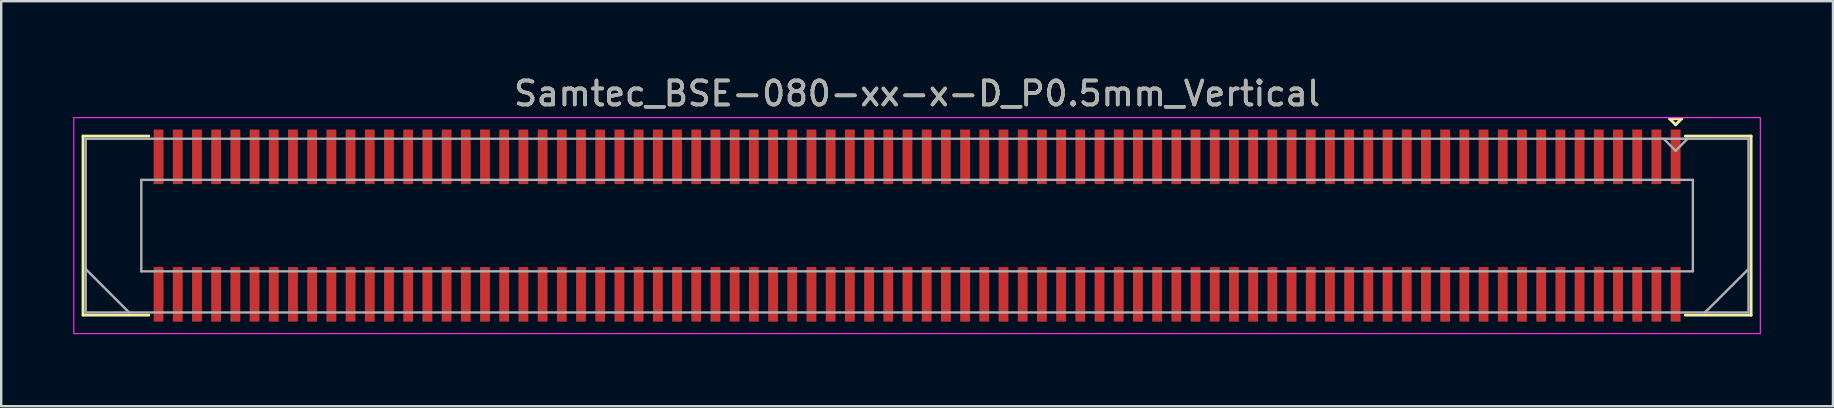
<source format=kicad_pcb>
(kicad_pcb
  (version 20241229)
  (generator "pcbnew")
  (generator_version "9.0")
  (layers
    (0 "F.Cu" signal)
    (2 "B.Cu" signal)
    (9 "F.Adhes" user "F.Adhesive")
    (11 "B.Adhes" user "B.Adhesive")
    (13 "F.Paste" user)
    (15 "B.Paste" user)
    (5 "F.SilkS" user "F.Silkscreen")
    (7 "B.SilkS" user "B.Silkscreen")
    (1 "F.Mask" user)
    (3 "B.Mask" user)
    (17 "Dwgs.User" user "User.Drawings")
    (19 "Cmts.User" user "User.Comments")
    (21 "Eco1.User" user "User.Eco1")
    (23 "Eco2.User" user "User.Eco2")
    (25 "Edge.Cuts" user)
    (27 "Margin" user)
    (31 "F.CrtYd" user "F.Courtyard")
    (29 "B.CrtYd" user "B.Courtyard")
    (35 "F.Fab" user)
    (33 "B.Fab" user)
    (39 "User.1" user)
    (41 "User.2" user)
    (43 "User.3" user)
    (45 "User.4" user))
  (footprint "Samtec_BSE-080-xx-x-D_P0.5mm_Vertical"
    (layer "F.Cu")
    (at 35.155 6.348)
    (property "Reference" "Samtec_BSE-080-xx-x-D_P0.5mm_Vertical" (at 0 -5.5 0) (layer "F.SilkS") (effects (font (size 1 1) (thickness 0.15))))
    (attr smd)
    (fp_line (start -34.745 -3.729) (end -32.005 -3.729) (stroke (width 0.12) (type solid)) (layer "F.SilkS"))
    (fp_line (start -34.745 3.729) (end -34.745 -3.729) (stroke (width 0.12) (type solid)) (layer "F.SilkS"))
    (fp_line (start -32.005 3.729) (end -34.745 3.729) (stroke (width 0.12) (type solid)) (layer "F.SilkS"))
    (fp_line (start 31.35 -4.452) (end 31.85 -4.452) (stroke (width 0.12) (type solid)) (layer "F.SilkS"))
    (fp_line (start 31.6 -4.202) (end 31.35 -4.452) (stroke (width 0.12) (type solid)) (layer "F.SilkS"))
    (fp_line (start 31.85 -4.452) (end 31.6 -4.202) (stroke (width 0.12) (type solid)) (layer "F.SilkS"))
    (fp_line (start 32.005 3.729) (end 34.745 3.729) (stroke (width 0.12) (type solid)) (layer "F.SilkS"))
    (fp_line (start 34.745 -3.729) (end 32.005 -3.729) (stroke (width 0.12) (type solid)) (layer "F.SilkS"))
    (fp_line (start 34.745 3.729) (end 34.745 -3.729) (stroke (width 0.12) (type solid)) (layer "F.SilkS"))
    (fp_line (start -35.13 -4.5) (end -35.13 4.5) (stroke (width 0.05) (type solid)) (layer "F.CrtYd"))
    (fp_line (start -35.13 4.5) (end 35.13 4.5) (stroke (width 0.05) (type solid)) (layer "F.CrtYd"))
    (fp_line (start 35.13 -4.5) (end -35.13 -4.5) (stroke (width 0.05) (type solid)) (layer "F.CrtYd"))
    (fp_line (start 35.13 4.5) (end 35.13 -4.5) (stroke (width 0.05) (type solid)) (layer "F.CrtYd"))
    (fp_line (start -34.635 -3.619) (end -34.635 3.619) (stroke (width 0.1) (type solid)) (layer "F.Fab"))
    (fp_line (start -34.635 1.81) (end -32.825 3.619) (stroke (width 0.1) (type solid)) (layer "F.Fab"))
    (fp_line (start -34.635 3.619) (end 34.635 3.619) (stroke (width 0.1) (type solid)) (layer "F.Fab"))
    (fp_line (start -32.318 -1.905) (end -32.318 1.905) (stroke (width 0.1) (type solid)) (layer "F.Fab"))
    (fp_line (start -32.318 1.905) (end 32.318 1.905) (stroke (width 0.1) (type solid)) (layer "F.Fab"))
    (fp_line (start 31.6 -3.119) (end 31.1 -3.619) (stroke (width 0.1) (type solid)) (layer "F.Fab"))
    (fp_line (start 32.1 -3.619) (end 31.6 -3.119) (stroke (width 0.1) (type solid)) (layer "F.Fab"))
    (fp_line (start 32.318 -1.905) (end -32.318 -1.905) (stroke (width 0.1) (type solid)) (layer "F.Fab"))
    (fp_line (start 32.318 1.905) (end 32.318 -1.905) (stroke (width 0.1) (type solid)) (layer "F.Fab"))
    (fp_line (start 34.635 -3.619) (end -34.635 -3.619) (stroke (width 0.1) (type solid)) (layer "F.Fab"))
    (fp_line (start 34.635 1.81) (end 32.825 3.619) (stroke (width 0.1) (type solid)) (layer "F.Fab"))
    (fp_line (start 34.635 3.619) (end 34.635 -3.619) (stroke (width 0.1) (type solid)) (layer "F.Fab"))
    (fp_text user "${REFERENCE}" (at 0 -5.5 0) (layer "F.Fab") (effects (font (size 1 1) (thickness 0.15))))
    (pad "1" smd rect (at 31.6 -2.865) (size 0.41 2.273) (layers "F.Cu" "F.Mask" "F.Paste"))
    (pad "2" smd rect (at 31.6 2.865) (size 0.41 2.273) (layers "F.Cu" "F.Mask" "F.Paste"))
    (pad "3" smd rect (at 30.8 -2.865) (size 0.41 2.273) (layers "F.Cu" "F.Mask" "F.Paste"))
    (pad "4" smd rect (at 30.8 2.865) (size 0.41 2.273) (layers "F.Cu" "F.Mask" "F.Paste"))
    (pad "5" smd rect (at 30 -2.865) (size 0.41 2.273) (layers "F.Cu" "F.Mask" "F.Paste"))
    (pad "6" smd rect (at 30 2.865) (size 0.41 2.273) (layers "F.Cu" "F.Mask" "F.Paste"))
    (pad "7" smd rect (at 29.2 -2.865) (size 0.41 2.273) (layers "F.Cu" "F.Mask" "F.Paste"))
    (pad "8" smd rect (at 29.2 2.865) (size 0.41 2.273) (layers "F.Cu" "F.Mask" "F.Paste"))
    (pad "9" smd rect (at 28.4 -2.865) (size 0.41 2.273) (layers "F.Cu" "F.Mask" "F.Paste"))
    (pad "10" smd rect (at 28.4 2.865) (size 0.41 2.273) (layers "F.Cu" "F.Mask" "F.Paste"))
    (pad "11" smd rect (at 27.6 -2.865) (size 0.41 2.273) (layers "F.Cu" "F.Mask" "F.Paste"))
    (pad "12" smd rect (at 27.6 2.865) (size 0.41 2.273) (layers "F.Cu" "F.Mask" "F.Paste"))
    (pad "13" smd rect (at 26.8 -2.865) (size 0.41 2.273) (layers "F.Cu" "F.Mask" "F.Paste"))
    (pad "14" smd rect (at 26.8 2.865) (size 0.41 2.273) (layers "F.Cu" "F.Mask" "F.Paste"))
    (pad "15" smd rect (at 26 -2.865) (size 0.41 2.273) (layers "F.Cu" "F.Mask" "F.Paste"))
    (pad "16" smd rect (at 26 2.865) (size 0.41 2.273) (layers "F.Cu" "F.Mask" "F.Paste"))
    (pad "17" smd rect (at 25.2 -2.865) (size 0.41 2.273) (layers "F.Cu" "F.Mask" "F.Paste"))
    (pad "18" smd rect (at 25.2 2.865) (size 0.41 2.273) (layers "F.Cu" "F.Mask" "F.Paste"))
    (pad "19" smd rect (at 24.4 -2.865) (size 0.41 2.273) (layers "F.Cu" "F.Mask" "F.Paste"))
    (pad "20" smd rect (at 24.4 2.865) (size 0.41 2.273) (layers "F.Cu" "F.Mask" "F.Paste"))
    (pad "21" smd rect (at 23.6 -2.865) (size 0.41 2.273) (layers "F.Cu" "F.Mask" "F.Paste"))
    (pad "22" smd rect (at 23.6 2.865) (size 0.41 2.273) (layers "F.Cu" "F.Mask" "F.Paste"))
    (pad "23" smd rect (at 22.8 -2.865) (size 0.41 2.273) (layers "F.Cu" "F.Mask" "F.Paste"))
    (pad "24" smd rect (at 22.8 2.865) (size 0.41 2.273) (layers "F.Cu" "F.Mask" "F.Paste"))
    (pad "25" smd rect (at 22 -2.865) (size 0.41 2.273) (layers "F.Cu" "F.Mask" "F.Paste"))
    (pad "26" smd rect (at 22 2.865) (size 0.41 2.273) (layers "F.Cu" "F.Mask" "F.Paste"))
    (pad "27" smd rect (at 21.2 -2.865) (size 0.41 2.273) (layers "F.Cu" "F.Mask" "F.Paste"))
    (pad "28" smd rect (at 21.2 2.865) (size 0.41 2.273) (layers "F.Cu" "F.Mask" "F.Paste"))
    (pad "29" smd rect (at 20.4 -2.865) (size 0.41 2.273) (layers "F.Cu" "F.Mask" "F.Paste"))
    (pad "30" smd rect (at 20.4 2.865) (size 0.41 2.273) (layers "F.Cu" "F.Mask" "F.Paste"))
    (pad "31" smd rect (at 19.6 -2.865) (size 0.41 2.273) (layers "F.Cu" "F.Mask" "F.Paste"))
    (pad "32" smd rect (at 19.6 2.865) (size 0.41 2.273) (layers "F.Cu" "F.Mask" "F.Paste"))
    (pad "33" smd rect (at 18.8 -2.865) (size 0.41 2.273) (layers "F.Cu" "F.Mask" "F.Paste"))
    (pad "34" smd rect (at 18.8 2.865) (size 0.41 2.273) (layers "F.Cu" "F.Mask" "F.Paste"))
    (pad "35" smd rect (at 18 -2.865) (size 0.41 2.273) (layers "F.Cu" "F.Mask" "F.Paste"))
    (pad "36" smd rect (at 18 2.865) (size 0.41 2.273) (layers "F.Cu" "F.Mask" "F.Paste"))
    (pad "37" smd rect (at 17.2 -2.865) (size 0.41 2.273) (layers "F.Cu" "F.Mask" "F.Paste"))
    (pad "38" smd rect (at 17.2 2.865) (size 0.41 2.273) (layers "F.Cu" "F.Mask" "F.Paste"))
    (pad "39" smd rect (at 16.4 -2.865) (size 0.41 2.273) (layers "F.Cu" "F.Mask" "F.Paste"))
    (pad "40" smd rect (at 16.4 2.865) (size 0.41 2.273) (layers "F.Cu" "F.Mask" "F.Paste"))
    (pad "41" smd rect (at 15.6 -2.865) (size 0.41 2.273) (layers "F.Cu" "F.Mask" "F.Paste"))
    (pad "42" smd rect (at 15.6 2.865) (size 0.41 2.273) (layers "F.Cu" "F.Mask" "F.Paste"))
    (pad "43" smd rect (at 14.8 -2.865) (size 0.41 2.273) (layers "F.Cu" "F.Mask" "F.Paste"))
    (pad "44" smd rect (at 14.8 2.865) (size 0.41 2.273) (layers "F.Cu" "F.Mask" "F.Paste"))
    (pad "45" smd rect (at 14 -2.865) (size 0.41 2.273) (layers "F.Cu" "F.Mask" "F.Paste"))
    (pad "46" smd rect (at 14 2.865) (size 0.41 2.273) (layers "F.Cu" "F.Mask" "F.Paste"))
    (pad "47" smd rect (at 13.2 -2.865) (size 0.41 2.273) (layers "F.Cu" "F.Mask" "F.Paste"))
    (pad "48" smd rect (at 13.2 2.865) (size 0.41 2.273) (layers "F.Cu" "F.Mask" "F.Paste"))
    (pad "49" smd rect (at 12.4 -2.865) (size 0.41 2.273) (layers "F.Cu" "F.Mask" "F.Paste"))
    (pad "50" smd rect (at 12.4 2.865) (size 0.41 2.273) (layers "F.Cu" "F.Mask" "F.Paste"))
    (pad "51" smd rect (at 11.6 -2.865) (size 0.41 2.273) (layers "F.Cu" "F.Mask" "F.Paste"))
    (pad "52" smd rect (at 11.6 2.865) (size 0.41 2.273) (layers "F.Cu" "F.Mask" "F.Paste"))
    (pad "53" smd rect (at 10.8 -2.865) (size 0.41 2.273) (layers "F.Cu" "F.Mask" "F.Paste"))
    (pad "54" smd rect (at 10.8 2.865) (size 0.41 2.273) (layers "F.Cu" "F.Mask" "F.Paste"))
    (pad "55" smd rect (at 10 -2.865) (size 0.41 2.273) (layers "F.Cu" "F.Mask" "F.Paste"))
    (pad "56" smd rect (at 10 2.865) (size 0.41 2.273) (layers "F.Cu" "F.Mask" "F.Paste"))
    (pad "57" smd rect (at 9.2 -2.865) (size 0.41 2.273) (layers "F.Cu" "F.Mask" "F.Paste"))
    (pad "58" smd rect (at 9.2 2.865) (size 0.41 2.273) (layers "F.Cu" "F.Mask" "F.Paste"))
    (pad "59" smd rect (at 8.4 -2.865) (size 0.41 2.273) (layers "F.Cu" "F.Mask" "F.Paste"))
    (pad "60" smd rect (at 8.4 2.865) (size 0.41 2.273) (layers "F.Cu" "F.Mask" "F.Paste"))
    (pad "61" smd rect (at 7.6 -2.865) (size 0.41 2.273) (layers "F.Cu" "F.Mask" "F.Paste"))
    (pad "62" smd rect (at 7.6 2.865) (size 0.41 2.273) (layers "F.Cu" "F.Mask" "F.Paste"))
    (pad "63" smd rect (at 6.8 -2.865) (size 0.41 2.273) (layers "F.Cu" "F.Mask" "F.Paste"))
    (pad "64" smd rect (at 6.8 2.865) (size 0.41 2.273) (layers "F.Cu" "F.Mask" "F.Paste"))
    (pad "65" smd rect (at 6 -2.865) (size 0.41 2.273) (layers "F.Cu" "F.Mask" "F.Paste"))
    (pad "66" smd rect (at 6 2.865) (size 0.41 2.273) (layers "F.Cu" "F.Mask" "F.Paste"))
    (pad "67" smd rect (at 5.2 -2.865) (size 0.41 2.273) (layers "F.Cu" "F.Mask" "F.Paste"))
    (pad "68" smd rect (at 5.2 2.865) (size 0.41 2.273) (layers "F.Cu" "F.Mask" "F.Paste"))
    (pad "69" smd rect (at 4.4 -2.865) (size 0.41 2.273) (layers "F.Cu" "F.Mask" "F.Paste"))
    (pad "70" smd rect (at 4.4 2.865) (size 0.41 2.273) (layers "F.Cu" "F.Mask" "F.Paste"))
    (pad "71" smd rect (at 3.6 -2.865) (size 0.41 2.273) (layers "F.Cu" "F.Mask" "F.Paste"))
    (pad "72" smd rect (at 3.6 2.865) (size 0.41 2.273) (layers "F.Cu" "F.Mask" "F.Paste"))
    (pad "73" smd rect (at 2.8 -2.865) (size 0.41 2.273) (layers "F.Cu" "F.Mask" "F.Paste"))
    (pad "74" smd rect (at 2.8 2.865) (size 0.41 2.273) (layers "F.Cu" "F.Mask" "F.Paste"))
    (pad "75" smd rect (at 2 -2.865) (size 0.41 2.273) (layers "F.Cu" "F.Mask" "F.Paste"))
    (pad "76" smd rect (at 2 2.865) (size 0.41 2.273) (layers "F.Cu" "F.Mask" "F.Paste"))
    (pad "77" smd rect (at 1.2 -2.865) (size 0.41 2.273) (layers "F.Cu" "F.Mask" "F.Paste"))
    (pad "78" smd rect (at 1.2 2.865) (size 0.41 2.273) (layers "F.Cu" "F.Mask" "F.Paste"))
    (pad "79" smd rect (at 0.4 -2.865) (size 0.41 2.273) (layers "F.Cu" "F.Mask" "F.Paste"))
    (pad "80" smd rect (at 0.4 2.865) (size 0.41 2.273) (layers "F.Cu" "F.Mask" "F.Paste"))
    (pad "81" smd rect (at -0.4 -2.865) (size 0.41 2.273) (layers "F.Cu" "F.Mask" "F.Paste"))
    (pad "82" smd rect (at -0.4 2.865) (size 0.41 2.273) (layers "F.Cu" "F.Mask" "F.Paste"))
    (pad "83" smd rect (at -1.2 -2.865) (size 0.41 2.273) (layers "F.Cu" "F.Mask" "F.Paste"))
    (pad "84" smd rect (at -1.2 2.865) (size 0.41 2.273) (layers "F.Cu" "F.Mask" "F.Paste"))
    (pad "85" smd rect (at -2 -2.865) (size 0.41 2.273) (layers "F.Cu" "F.Mask" "F.Paste"))
    (pad "86" smd rect (at -2 2.865) (size 0.41 2.273) (layers "F.Cu" "F.Mask" "F.Paste"))
    (pad "87" smd rect (at -2.8 -2.865) (size 0.41 2.273) (layers "F.Cu" "F.Mask" "F.Paste"))
    (pad "88" smd rect (at -2.8 2.865) (size 0.41 2.273) (layers "F.Cu" "F.Mask" "F.Paste"))
    (pad "89" smd rect (at -3.6 -2.865) (size 0.41 2.273) (layers "F.Cu" "F.Mask" "F.Paste"))
    (pad "90" smd rect (at -3.6 2.865) (size 0.41 2.273) (layers "F.Cu" "F.Mask" "F.Paste"))
    (pad "91" smd rect (at -4.4 -2.865) (size 0.41 2.273) (layers "F.Cu" "F.Mask" "F.Paste"))
    (pad "92" smd rect (at -4.4 2.865) (size 0.41 2.273) (layers "F.Cu" "F.Mask" "F.Paste"))
    (pad "93" smd rect (at -5.2 -2.865) (size 0.41 2.273) (layers "F.Cu" "F.Mask" "F.Paste"))
    (pad "94" smd rect (at -5.2 2.865) (size 0.41 2.273) (layers "F.Cu" "F.Mask" "F.Paste"))
    (pad "95" smd rect (at -6 -2.865) (size 0.41 2.273) (layers "F.Cu" "F.Mask" "F.Paste"))
    (pad "96" smd rect (at -6 2.865) (size 0.41 2.273) (layers "F.Cu" "F.Mask" "F.Paste"))
    (pad "97" smd rect (at -6.8 -2.865) (size 0.41 2.273) (layers "F.Cu" "F.Mask" "F.Paste"))
    (pad "98" smd rect (at -6.8 2.865) (size 0.41 2.273) (layers "F.Cu" "F.Mask" "F.Paste"))
    (pad "99" smd rect (at -7.6 -2.865) (size 0.41 2.273) (layers "F.Cu" "F.Mask" "F.Paste"))
    (pad "100" smd rect (at -7.6 2.865) (size 0.41 2.273) (layers "F.Cu" "F.Mask" "F.Paste"))
    (pad "101" smd rect (at -8.4 -2.865) (size 0.41 2.273) (layers "F.Cu" "F.Mask" "F.Paste"))
    (pad "102" smd rect (at -8.4 2.865) (size 0.41 2.273) (layers "F.Cu" "F.Mask" "F.Paste"))
    (pad "103" smd rect (at -9.2 -2.865) (size 0.41 2.273) (layers "F.Cu" "F.Mask" "F.Paste"))
    (pad "104" smd rect (at -9.2 2.865) (size 0.41 2.273) (layers "F.Cu" "F.Mask" "F.Paste"))
    (pad "105" smd rect (at -10 -2.865) (size 0.41 2.273) (layers "F.Cu" "F.Mask" "F.Paste"))
    (pad "106" smd rect (at -10 2.865) (size 0.41 2.273) (layers "F.Cu" "F.Mask" "F.Paste"))
    (pad "107" smd rect (at -10.8 -2.865) (size 0.41 2.273) (layers "F.Cu" "F.Mask" "F.Paste"))
    (pad "108" smd rect (at -10.8 2.865) (size 0.41 2.273) (layers "F.Cu" "F.Mask" "F.Paste"))
    (pad "109" smd rect (at -11.6 -2.865) (size 0.41 2.273) (layers "F.Cu" "F.Mask" "F.Paste"))
    (pad "110" smd rect (at -11.6 2.865) (size 0.41 2.273) (layers "F.Cu" "F.Mask" "F.Paste"))
    (pad "111" smd rect (at -12.4 -2.865) (size 0.41 2.273) (layers "F.Cu" "F.Mask" "F.Paste"))
    (pad "112" smd rect (at -12.4 2.865) (size 0.41 2.273) (layers "F.Cu" "F.Mask" "F.Paste"))
    (pad "113" smd rect (at -13.2 -2.865) (size 0.41 2.273) (layers "F.Cu" "F.Mask" "F.Paste"))
    (pad "114" smd rect (at -13.2 2.865) (size 0.41 2.273) (layers "F.Cu" "F.Mask" "F.Paste"))
    (pad "115" smd rect (at -14 -2.865) (size 0.41 2.273) (layers "F.Cu" "F.Mask" "F.Paste"))
    (pad "116" smd rect (at -14 2.865) (size 0.41 2.273) (layers "F.Cu" "F.Mask" "F.Paste"))
    (pad "117" smd rect (at -14.8 -2.865) (size 0.41 2.273) (layers "F.Cu" "F.Mask" "F.Paste"))
    (pad "118" smd rect (at -14.8 2.865) (size 0.41 2.273) (layers "F.Cu" "F.Mask" "F.Paste"))
    (pad "119" smd rect (at -15.6 -2.865) (size 0.41 2.273) (layers "F.Cu" "F.Mask" "F.Paste"))
    (pad "120" smd rect (at -15.6 2.865) (size 0.41 2.273) (layers "F.Cu" "F.Mask" "F.Paste"))
    (pad "121" smd rect (at -16.4 -2.865) (size 0.41 2.273) (layers "F.Cu" "F.Mask" "F.Paste"))
    (pad "122" smd rect (at -16.4 2.865) (size 0.41 2.273) (layers "F.Cu" "F.Mask" "F.Paste"))
    (pad "123" smd rect (at -17.2 -2.865) (size 0.41 2.273) (layers "F.Cu" "F.Mask" "F.Paste"))
    (pad "124" smd rect (at -17.2 2.865) (size 0.41 2.273) (layers "F.Cu" "F.Mask" "F.Paste"))
    (pad "125" smd rect (at -18 -2.865) (size 0.41 2.273) (layers "F.Cu" "F.Mask" "F.Paste"))
    (pad "126" smd rect (at -18 2.865) (size 0.41 2.273) (layers "F.Cu" "F.Mask" "F.Paste"))
    (pad "127" smd rect (at -18.8 -2.865) (size 0.41 2.273) (layers "F.Cu" "F.Mask" "F.Paste"))
    (pad "128" smd rect (at -18.8 2.865) (size 0.41 2.273) (layers "F.Cu" "F.Mask" "F.Paste"))
    (pad "129" smd rect (at -19.6 -2.865) (size 0.41 2.273) (layers "F.Cu" "F.Mask" "F.Paste"))
    (pad "130" smd rect (at -19.6 2.865) (size 0.41 2.273) (layers "F.Cu" "F.Mask" "F.Paste"))
    (pad "131" smd rect (at -20.4 -2.865) (size 0.41 2.273) (layers "F.Cu" "F.Mask" "F.Paste"))
    (pad "132" smd rect (at -20.4 2.865) (size 0.41 2.273) (layers "F.Cu" "F.Mask" "F.Paste"))
    (pad "133" smd rect (at -21.2 -2.865) (size 0.41 2.273) (layers "F.Cu" "F.Mask" "F.Paste"))
    (pad "134" smd rect (at -21.2 2.865) (size 0.41 2.273) (layers "F.Cu" "F.Mask" "F.Paste"))
    (pad "135" smd rect (at -22 -2.865) (size 0.41 2.273) (layers "F.Cu" "F.Mask" "F.Paste"))
    (pad "136" smd rect (at -22 2.865) (size 0.41 2.273) (layers "F.Cu" "F.Mask" "F.Paste"))
    (pad "137" smd rect (at -22.8 -2.865) (size 0.41 2.273) (layers "F.Cu" "F.Mask" "F.Paste"))
    (pad "138" smd rect (at -22.8 2.865) (size 0.41 2.273) (layers "F.Cu" "F.Mask" "F.Paste"))
    (pad "139" smd rect (at -23.6 -2.865) (size 0.41 2.273) (layers "F.Cu" "F.Mask" "F.Paste"))
    (pad "140" smd rect (at -23.6 2.865) (size 0.41 2.273) (layers "F.Cu" "F.Mask" "F.Paste"))
    (pad "141" smd rect (at -24.4 -2.865) (size 0.41 2.273) (layers "F.Cu" "F.Mask" "F.Paste"))
    (pad "142" smd rect (at -24.4 2.865) (size 0.41 2.273) (layers "F.Cu" "F.Mask" "F.Paste"))
    (pad "143" smd rect (at -25.2 -2.865) (size 0.41 2.273) (layers "F.Cu" "F.Mask" "F.Paste"))
    (pad "144" smd rect (at -25.2 2.865) (size 0.41 2.273) (layers "F.Cu" "F.Mask" "F.Paste"))
    (pad "145" smd rect (at -26 -2.865) (size 0.41 2.273) (layers "F.Cu" "F.Mask" "F.Paste"))
    (pad "146" smd rect (at -26 2.865) (size 0.41 2.273) (layers "F.Cu" "F.Mask" "F.Paste"))
    (pad "147" smd rect (at -26.8 -2.865) (size 0.41 2.273) (layers "F.Cu" "F.Mask" "F.Paste"))
    (pad "148" smd rect (at -26.8 2.865) (size 0.41 2.273) (layers "F.Cu" "F.Mask" "F.Paste"))
    (pad "149" smd rect (at -27.6 -2.865) (size 0.41 2.273) (layers "F.Cu" "F.Mask" "F.Paste"))
    (pad "150" smd rect (at -27.6 2.865) (size 0.41 2.273) (layers "F.Cu" "F.Mask" "F.Paste"))
    (pad "151" smd rect (at -28.4 -2.865) (size 0.41 2.273) (layers "F.Cu" "F.Mask" "F.Paste"))
    (pad "152" smd rect (at -28.4 2.865) (size 0.41 2.273) (layers "F.Cu" "F.Mask" "F.Paste"))
    (pad "153" smd rect (at -29.2 -2.865) (size 0.41 2.273) (layers "F.Cu" "F.Mask" "F.Paste"))
    (pad "154" smd rect (at -29.2 2.865) (size 0.41 2.273) (layers "F.Cu" "F.Mask" "F.Paste"))
    (pad "155" smd rect (at -30 -2.865) (size 0.41 2.273) (layers "F.Cu" "F.Mask" "F.Paste"))
    (pad "156" smd rect (at -30 2.865) (size 0.41 2.273) (layers "F.Cu" "F.Mask" "F.Paste"))
    (pad "157" smd rect (at -30.8 -2.865) (size 0.41 2.273) (layers "F.Cu" "F.Mask" "F.Paste"))
    (pad "158" smd rect (at -30.8 2.865) (size 0.41 2.273) (layers "F.Cu" "F.Mask" "F.Paste"))
    (pad "159" smd rect (at -31.6 -2.865) (size 0.41 2.273) (layers "F.Cu" "F.Mask" "F.Paste"))
    (pad "160" smd rect (at -31.6 2.865) (size 0.41 2.273) (layers "F.Cu" "F.Mask" "F.Paste")))
  (gr_rect
    (start -3 -3)
    (end 73.31 13.873)
    (stroke (width 0.1) (type default))
    (fill no)
    (layer "Edge.Cuts")))
</source>
